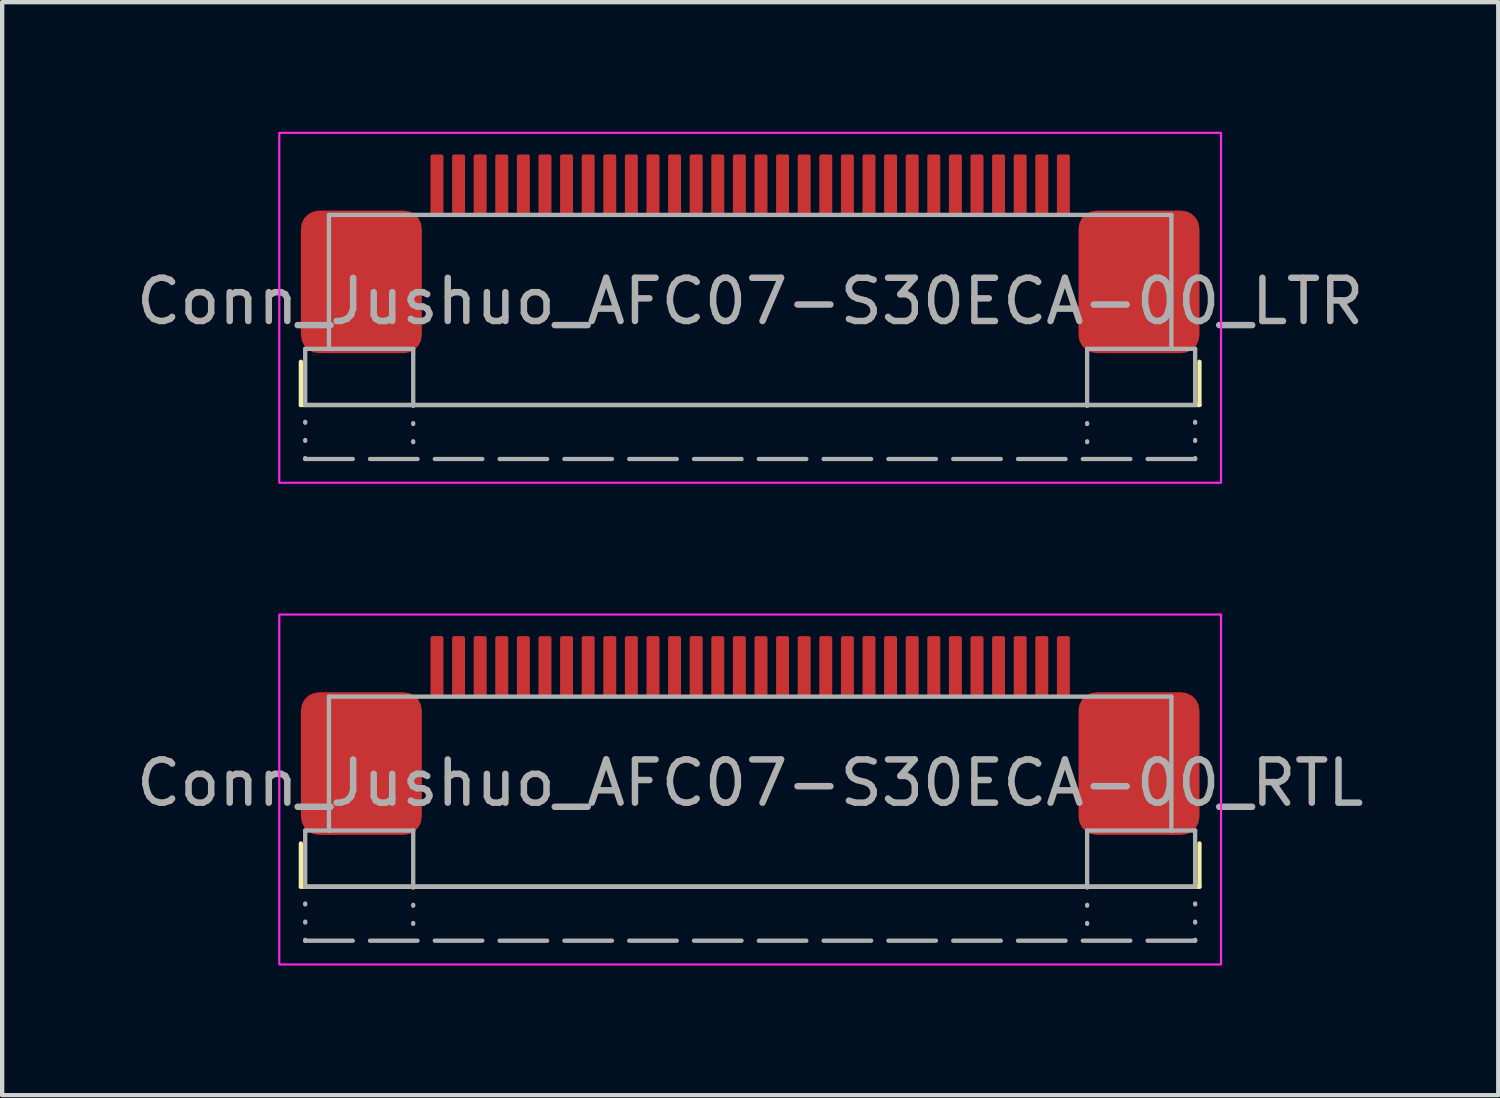
<source format=kicad_pcb>
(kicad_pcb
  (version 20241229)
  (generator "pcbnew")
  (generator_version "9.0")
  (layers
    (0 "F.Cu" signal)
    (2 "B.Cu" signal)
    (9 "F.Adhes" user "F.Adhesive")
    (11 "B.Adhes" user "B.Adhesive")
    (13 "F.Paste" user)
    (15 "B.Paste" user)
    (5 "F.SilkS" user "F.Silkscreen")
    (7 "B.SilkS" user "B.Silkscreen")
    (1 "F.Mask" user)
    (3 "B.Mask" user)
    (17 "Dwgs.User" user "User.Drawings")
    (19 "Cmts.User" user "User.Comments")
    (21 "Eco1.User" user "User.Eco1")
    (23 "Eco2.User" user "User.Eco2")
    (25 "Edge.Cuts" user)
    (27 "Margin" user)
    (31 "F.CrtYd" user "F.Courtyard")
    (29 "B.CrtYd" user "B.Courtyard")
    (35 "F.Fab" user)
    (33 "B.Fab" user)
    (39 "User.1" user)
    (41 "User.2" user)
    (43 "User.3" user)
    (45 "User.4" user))
  (footprint "Conn_Jushuo_AFC07-S30ECA-00_RTL"
    (layer "F.Cu")
    (at 14.315 13.075)
    (property "Reference" "Conn_Jushuo_AFC07-S30ECA-00_RTL" (at 0 2 0) (unlocked yes) (layer "F.SilkS") (effects (font (size 1 1) (thickness 0.1))))
    (attr smd)
    (fp_line (start -10.4 3.4) (end -10.4 4.4) (stroke (width 0.1) (type default)) (layer "F.SilkS"))
    (fp_line (start -10.4 4.4) (end 10.4 4.4) (stroke (width 0.1) (type default)) (layer "F.SilkS"))
    (fp_line (start 10.4 3.4) (end 10.4 4.4) (stroke (width 0.1) (type default)) (layer "F.SilkS"))
    (fp_rect (start -10.9 -1.9) (end 10.9 6.2) (stroke (width 0.05) (type solid)) (fill no) (layer "F.CrtYd"))
    (fp_line (start -10.3 3.1) (end -9.75 3.1) (stroke (width 0.1) (type default)) (layer "F.Fab"))
    (fp_line (start -10.3 4.4) (end -10.3 3.1) (stroke (width 0.1) (type default)) (layer "F.Fab"))
    (fp_line (start -10.3 5.65) (end -10.3 4.4) (stroke (width 0.1) (type dot)) (layer "F.Fab"))
    (fp_line (start -10.3 5.65) (end 10.3 5.65) (stroke (width 0.1) (type dash)) (layer "F.Fab"))
    (fp_line (start -9.75 0) (end -9.75 3.1) (stroke (width 0.1) (type default)) (layer "F.Fab"))
    (fp_line (start -9.75 0) (end 9.75 0) (stroke (width 0.1) (type solid)) (layer "F.Fab"))
    (fp_line (start -7.8 3.1) (end -9.75 3.1) (stroke (width 0.1) (type default)) (layer "F.Fab"))
    (fp_line (start -7.8 4.4) (end -10.3 4.4) (stroke (width 0.1) (type default)) (layer "F.Fab"))
    (fp_line (start -7.8 4.4) (end -7.8 3.1) (stroke (width 0.1) (type default)) (layer "F.Fab"))
    (fp_line (start -7.8 4.4) (end -7.8 5.65) (stroke (width 0.1) (type dot)) (layer "F.Fab"))
    (fp_line (start -7.8 4.4) (end 7.8 4.4) (stroke (width 0.1) (type solid)) (layer "F.Fab"))
    (fp_line (start 7.8 3.1) (end 7.8 4.4) (stroke (width 0.1) (type default)) (layer "F.Fab"))
    (fp_line (start 7.8 4.4) (end 7.8 5.65) (stroke (width 0.1) (type dot)) (layer "F.Fab"))
    (fp_line (start 7.8 4.4) (end 10.3 4.4) (stroke (width 0.1) (type default)) (layer "F.Fab"))
    (fp_line (start 9.75 0) (end 9.75 3.1) (stroke (width 0.1) (type default)) (layer "F.Fab"))
    (fp_line (start 9.75 3.1) (end 7.8 3.1) (stroke (width 0.1) (type default)) (layer "F.Fab"))
    (fp_line (start 10.3 3.1) (end 9.75 3.1) (stroke (width 0.1) (type default)) (layer "F.Fab"))
    (fp_line (start 10.3 4.4) (end 10.3 3.1) (stroke (width 0.1) (type default)) (layer "F.Fab"))
    (fp_line (start 10.3 5.65) (end 10.3 4.4) (stroke (width 0.1) (type dot)) (layer "F.Fab"))
    (fp_text user "${REFERENCE}" (at 0 2 0) (unlocked yes) (layer "F.Fab") (effects (font (size 1 1) (thickness 0.15))))
    (pad "1" smd roundrect (at 7.25 -0.7) (size 0.3 1.4) (layers "F.Cu" "F.Mask" "F.Paste") (roundrect_rratio 0.15))
    (pad "2" smd roundrect (at 6.75 -0.7) (size 0.3 1.4) (layers "F.Cu" "F.Mask" "F.Paste") (roundrect_rratio 0.15))
    (pad "3" smd roundrect (at 6.25 -0.7) (size 0.3 1.4) (layers "F.Cu" "F.Mask" "F.Paste") (roundrect_rratio 0.15))
    (pad "4" smd roundrect (at 5.75 -0.7) (size 0.3 1.4) (layers "F.Cu" "F.Mask" "F.Paste") (roundrect_rratio 0.15))
    (pad "5" smd roundrect (at 5.25 -0.7) (size 0.3 1.4) (layers "F.Cu" "F.Mask" "F.Paste") (roundrect_rratio 0.15))
    (pad "6" smd roundrect (at 4.75 -0.7) (size 0.3 1.4) (layers "F.Cu" "F.Mask" "F.Paste") (roundrect_rratio 0.15))
    (pad "7" smd roundrect (at 4.25 -0.7) (size 0.3 1.4) (layers "F.Cu" "F.Mask" "F.Paste") (roundrect_rratio 0.15))
    (pad "8" smd roundrect (at 3.75 -0.7) (size 0.3 1.4) (layers "F.Cu" "F.Mask" "F.Paste") (roundrect_rratio 0.15))
    (pad "9" smd roundrect (at 3.25 -0.7) (size 0.3 1.4) (layers "F.Cu" "F.Mask" "F.Paste") (roundrect_rratio 0.15))
    (pad "10" smd roundrect (at 2.75 -0.7) (size 0.3 1.4) (layers "F.Cu" "F.Mask" "F.Paste") (roundrect_rratio 0.15))
    (pad "11" smd roundrect (at 2.25 -0.7) (size 0.3 1.4) (layers "F.Cu" "F.Mask" "F.Paste") (roundrect_rratio 0.15))
    (pad "12" smd roundrect (at 1.75 -0.7) (size 0.3 1.4) (layers "F.Cu" "F.Mask" "F.Paste") (roundrect_rratio 0.15))
    (pad "13" smd roundrect (at 1.25 -0.7) (size 0.3 1.4) (layers "F.Cu" "F.Mask" "F.Paste") (roundrect_rratio 0.15))
    (pad "14" smd roundrect (at 0.75 -0.7) (size 0.3 1.4) (layers "F.Cu" "F.Mask" "F.Paste") (roundrect_rratio 0.15))
    (pad "15" smd roundrect (at 0.25 -0.7) (size 0.3 1.4) (layers "F.Cu" "F.Mask" "F.Paste") (roundrect_rratio 0.15))
    (pad "16" smd roundrect (at -0.25 -0.7) (size 0.3 1.4) (layers "F.Cu" "F.Mask" "F.Paste") (roundrect_rratio 0.15))
    (pad "17" smd roundrect (at -0.75 -0.7) (size 0.3 1.4) (layers "F.Cu" "F.Mask" "F.Paste") (roundrect_rratio 0.15))
    (pad "18" smd roundrect (at -1.25 -0.7) (size 0.3 1.4) (layers "F.Cu" "F.Mask" "F.Paste") (roundrect_rratio 0.15))
    (pad "19" smd roundrect (at -1.75 -0.7) (size 0.3 1.4) (layers "F.Cu" "F.Mask" "F.Paste") (roundrect_rratio 0.15))
    (pad "20" smd roundrect (at -2.25 -0.7) (size 0.3 1.4) (layers "F.Cu" "F.Mask" "F.Paste") (roundrect_rratio 0.15))
    (pad "21" smd roundrect (at -2.75 -0.7) (size 0.3 1.4) (layers "F.Cu" "F.Mask" "F.Paste") (roundrect_rratio 0.15))
    (pad "22" smd roundrect (at -3.25 -0.7) (size 0.3 1.4) (layers "F.Cu" "F.Mask" "F.Paste") (roundrect_rratio 0.15))
    (pad "23" smd roundrect (at -3.75 -0.7) (size 0.3 1.4) (layers "F.Cu" "F.Mask" "F.Paste") (roundrect_rratio 0.15))
    (pad "24" smd roundrect (at -4.25 -0.7) (size 0.3 1.4) (layers "F.Cu" "F.Mask" "F.Paste") (roundrect_rratio 0.15))
    (pad "25" smd roundrect (at -4.75 -0.7) (size 0.3 1.4) (layers "F.Cu" "F.Mask" "F.Paste") (roundrect_rratio 0.15))
    (pad "26" smd roundrect (at -5.25 -0.7) (size 0.3 1.4) (layers "F.Cu" "F.Mask" "F.Paste") (roundrect_rratio 0.15))
    (pad "27" smd roundrect (at -5.75 -0.7) (size 0.3 1.4) (layers "F.Cu" "F.Mask" "F.Paste") (roundrect_rratio 0.15))
    (pad "28" smd roundrect (at -6.25 -0.7) (size 0.3 1.4) (layers "F.Cu" "F.Mask" "F.Paste") (roundrect_rratio 0.15))
    (pad "29" smd roundrect (at -6.75 -0.7) (size 0.3 1.4) (layers "F.Cu" "F.Mask" "F.Paste") (roundrect_rratio 0.15))
    (pad "30" smd roundrect (at -7.25 -0.7) (size 0.3 1.4) (layers "F.Cu" "F.Mask" "F.Paste") (roundrect_rratio 0.15))
    (pad "MP" smd roundrect (at -9 1.55) (size 2.8 3.3) (layers "F.Cu" "F.Mask" "F.Paste") (roundrect_rratio 0.15))
    (pad "MP" smd roundrect (at 9 1.55) (size 2.8 3.3) (layers "F.Cu" "F.Mask" "F.Paste") (roundrect_rratio 0.15)))
  (footprint "Conn_Jushuo_AFC07-S30ECA-00_LTR"
    (layer "F.Cu")
    (at 14.315 1.925)
    (property "Reference" "Conn_Jushuo_AFC07-S30ECA-00_LTR" (at 0 2 0) (unlocked yes) (layer "F.SilkS") (effects (font (size 1 1) (thickness 0.1))))
    (attr smd)
    (fp_line (start -10.4 3.4) (end -10.4 4.4) (stroke (width 0.1) (type default)) (layer "F.SilkS"))
    (fp_line (start -10.4 4.4) (end 10.4 4.4) (stroke (width 0.1) (type default)) (layer "F.SilkS"))
    (fp_line (start 10.4 3.4) (end 10.4 4.4) (stroke (width 0.1) (type default)) (layer "F.SilkS"))
    (fp_rect (start -10.9 -1.9) (end 10.9 6.2) (stroke (width 0.05) (type solid)) (fill no) (layer "F.CrtYd"))
    (fp_line (start -10.3 3.1) (end -9.75 3.1) (stroke (width 0.1) (type default)) (layer "F.Fab"))
    (fp_line (start -10.3 4.4) (end -10.3 3.1) (stroke (width 0.1) (type default)) (layer "F.Fab"))
    (fp_line (start -10.3 5.65) (end -10.3 4.4) (stroke (width 0.1) (type dot)) (layer "F.Fab"))
    (fp_line (start -10.3 5.65) (end 10.3 5.65) (stroke (width 0.1) (type dash)) (layer "F.Fab"))
    (fp_line (start -9.75 0) (end -9.75 3.1) (stroke (width 0.1) (type default)) (layer "F.Fab"))
    (fp_line (start -9.75 0) (end 9.75 0) (stroke (width 0.1) (type solid)) (layer "F.Fab"))
    (fp_line (start -7.8 3.1) (end -9.75 3.1) (stroke (width 0.1) (type default)) (layer "F.Fab"))
    (fp_line (start -7.8 4.4) (end -10.3 4.4) (stroke (width 0.1) (type default)) (layer "F.Fab"))
    (fp_line (start -7.8 4.4) (end -7.8 3.1) (stroke (width 0.1) (type default)) (layer "F.Fab"))
    (fp_line (start -7.8 4.4) (end -7.8 5.65) (stroke (width 0.1) (type dot)) (layer "F.Fab"))
    (fp_line (start -7.8 4.4) (end 7.8 4.4) (stroke (width 0.1) (type solid)) (layer "F.Fab"))
    (fp_line (start 7.8 3.1) (end 7.8 4.4) (stroke (width 0.1) (type default)) (layer "F.Fab"))
    (fp_line (start 7.8 4.4) (end 7.8 5.65) (stroke (width 0.1) (type dot)) (layer "F.Fab"))
    (fp_line (start 7.8 4.4) (end 10.3 4.4) (stroke (width 0.1) (type default)) (layer "F.Fab"))
    (fp_line (start 9.75 0) (end 9.75 3.1) (stroke (width 0.1) (type default)) (layer "F.Fab"))
    (fp_line (start 9.75 3.1) (end 7.8 3.1) (stroke (width 0.1) (type default)) (layer "F.Fab"))
    (fp_line (start 10.3 3.1) (end 9.75 3.1) (stroke (width 0.1) (type default)) (layer "F.Fab"))
    (fp_line (start 10.3 4.4) (end 10.3 3.1) (stroke (width 0.1) (type default)) (layer "F.Fab"))
    (fp_line (start 10.3 5.65) (end 10.3 4.4) (stroke (width 0.1) (type dot)) (layer "F.Fab"))
    (fp_text user "${REFERENCE}" (at 0 2 0) (unlocked yes) (layer "F.Fab") (effects (font (size 1 1) (thickness 0.15))))
    (pad "1" smd roundrect (at -7.25 -0.7) (size 0.3 1.4) (layers "F.Cu" "F.Mask" "F.Paste") (roundrect_rratio 0.15))
    (pad "2" smd roundrect (at -6.75 -0.7) (size 0.3 1.4) (layers "F.Cu" "F.Mask" "F.Paste") (roundrect_rratio 0.15))
    (pad "3" smd roundrect (at -6.25 -0.7) (size 0.3 1.4) (layers "F.Cu" "F.Mask" "F.Paste") (roundrect_rratio 0.15))
    (pad "4" smd roundrect (at -5.75 -0.7) (size 0.3 1.4) (layers "F.Cu" "F.Mask" "F.Paste") (roundrect_rratio 0.15))
    (pad "5" smd roundrect (at -5.25 -0.7) (size 0.3 1.4) (layers "F.Cu" "F.Mask" "F.Paste") (roundrect_rratio 0.15))
    (pad "6" smd roundrect (at -4.75 -0.7) (size 0.3 1.4) (layers "F.Cu" "F.Mask" "F.Paste") (roundrect_rratio 0.15))
    (pad "7" smd roundrect (at -4.25 -0.7) (size 0.3 1.4) (layers "F.Cu" "F.Mask" "F.Paste") (roundrect_rratio 0.15))
    (pad "8" smd roundrect (at -3.75 -0.7) (size 0.3 1.4) (layers "F.Cu" "F.Mask" "F.Paste") (roundrect_rratio 0.15))
    (pad "9" smd roundrect (at -3.25 -0.7) (size 0.3 1.4) (layers "F.Cu" "F.Mask" "F.Paste") (roundrect_rratio 0.15))
    (pad "10" smd roundrect (at -2.75 -0.7) (size 0.3 1.4) (layers "F.Cu" "F.Mask" "F.Paste") (roundrect_rratio 0.15))
    (pad "11" smd roundrect (at -2.25 -0.7) (size 0.3 1.4) (layers "F.Cu" "F.Mask" "F.Paste") (roundrect_rratio 0.15))
    (pad "12" smd roundrect (at -1.75 -0.7) (size 0.3 1.4) (layers "F.Cu" "F.Mask" "F.Paste") (roundrect_rratio 0.15))
    (pad "13" smd roundrect (at -1.25 -0.7) (size 0.3 1.4) (layers "F.Cu" "F.Mask" "F.Paste") (roundrect_rratio 0.15))
    (pad "14" smd roundrect (at -0.75 -0.7) (size 0.3 1.4) (layers "F.Cu" "F.Mask" "F.Paste") (roundrect_rratio 0.15))
    (pad "15" smd roundrect (at -0.25 -0.7) (size 0.3 1.4) (layers "F.Cu" "F.Mask" "F.Paste") (roundrect_rratio 0.15))
    (pad "16" smd roundrect (at 0.25 -0.7) (size 0.3 1.4) (layers "F.Cu" "F.Mask" "F.Paste") (roundrect_rratio 0.15))
    (pad "17" smd roundrect (at 0.75 -0.7) (size 0.3 1.4) (layers "F.Cu" "F.Mask" "F.Paste") (roundrect_rratio 0.15))
    (pad "18" smd roundrect (at 1.25 -0.7) (size 0.3 1.4) (layers "F.Cu" "F.Mask" "F.Paste") (roundrect_rratio 0.15))
    (pad "19" smd roundrect (at 1.75 -0.7) (size 0.3 1.4) (layers "F.Cu" "F.Mask" "F.Paste") (roundrect_rratio 0.15))
    (pad "20" smd roundrect (at 2.25 -0.7) (size 0.3 1.4) (layers "F.Cu" "F.Mask" "F.Paste") (roundrect_rratio 0.15))
    (pad "21" smd roundrect (at 2.75 -0.7) (size 0.3 1.4) (layers "F.Cu" "F.Mask" "F.Paste") (roundrect_rratio 0.15))
    (pad "22" smd roundrect (at 3.25 -0.7) (size 0.3 1.4) (layers "F.Cu" "F.Mask" "F.Paste") (roundrect_rratio 0.15))
    (pad "23" smd roundrect (at 3.75 -0.7) (size 0.3 1.4) (layers "F.Cu" "F.Mask" "F.Paste") (roundrect_rratio 0.15))
    (pad "24" smd roundrect (at 4.25 -0.7) (size 0.3 1.4) (layers "F.Cu" "F.Mask" "F.Paste") (roundrect_rratio 0.15))
    (pad "25" smd roundrect (at 4.75 -0.7) (size 0.3 1.4) (layers "F.Cu" "F.Mask" "F.Paste") (roundrect_rratio 0.15))
    (pad "26" smd roundrect (at 5.25 -0.7) (size 0.3 1.4) (layers "F.Cu" "F.Mask" "F.Paste") (roundrect_rratio 0.15))
    (pad "27" smd roundrect (at 5.75 -0.7) (size 0.3 1.4) (layers "F.Cu" "F.Mask" "F.Paste") (roundrect_rratio 0.15))
    (pad "28" smd roundrect (at 6.25 -0.7) (size 0.3 1.4) (layers "F.Cu" "F.Mask" "F.Paste") (roundrect_rratio 0.15))
    (pad "29" smd roundrect (at 6.75 -0.7) (size 0.3 1.4) (layers "F.Cu" "F.Mask" "F.Paste") (roundrect_rratio 0.15))
    (pad "30" smd roundrect (at 7.25 -0.7) (size 0.3 1.4) (layers "F.Cu" "F.Mask" "F.Paste") (roundrect_rratio 0.15))
    (pad "MP" smd roundrect (at -9 1.55) (size 2.8 3.3) (layers "F.Cu" "F.Mask" "F.Paste") (roundrect_rratio 0.15))
    (pad "MP" smd roundrect (at 9 1.55) (size 2.8 3.3) (layers "F.Cu" "F.Mask" "F.Paste") (roundrect_rratio 0.15)))
  (gr_rect
    (start -3 -3)
    (end 31.631 22.3)
    (stroke (width 0.1) (type default))
    (fill no)
    (layer "Edge.Cuts")))
</source>
